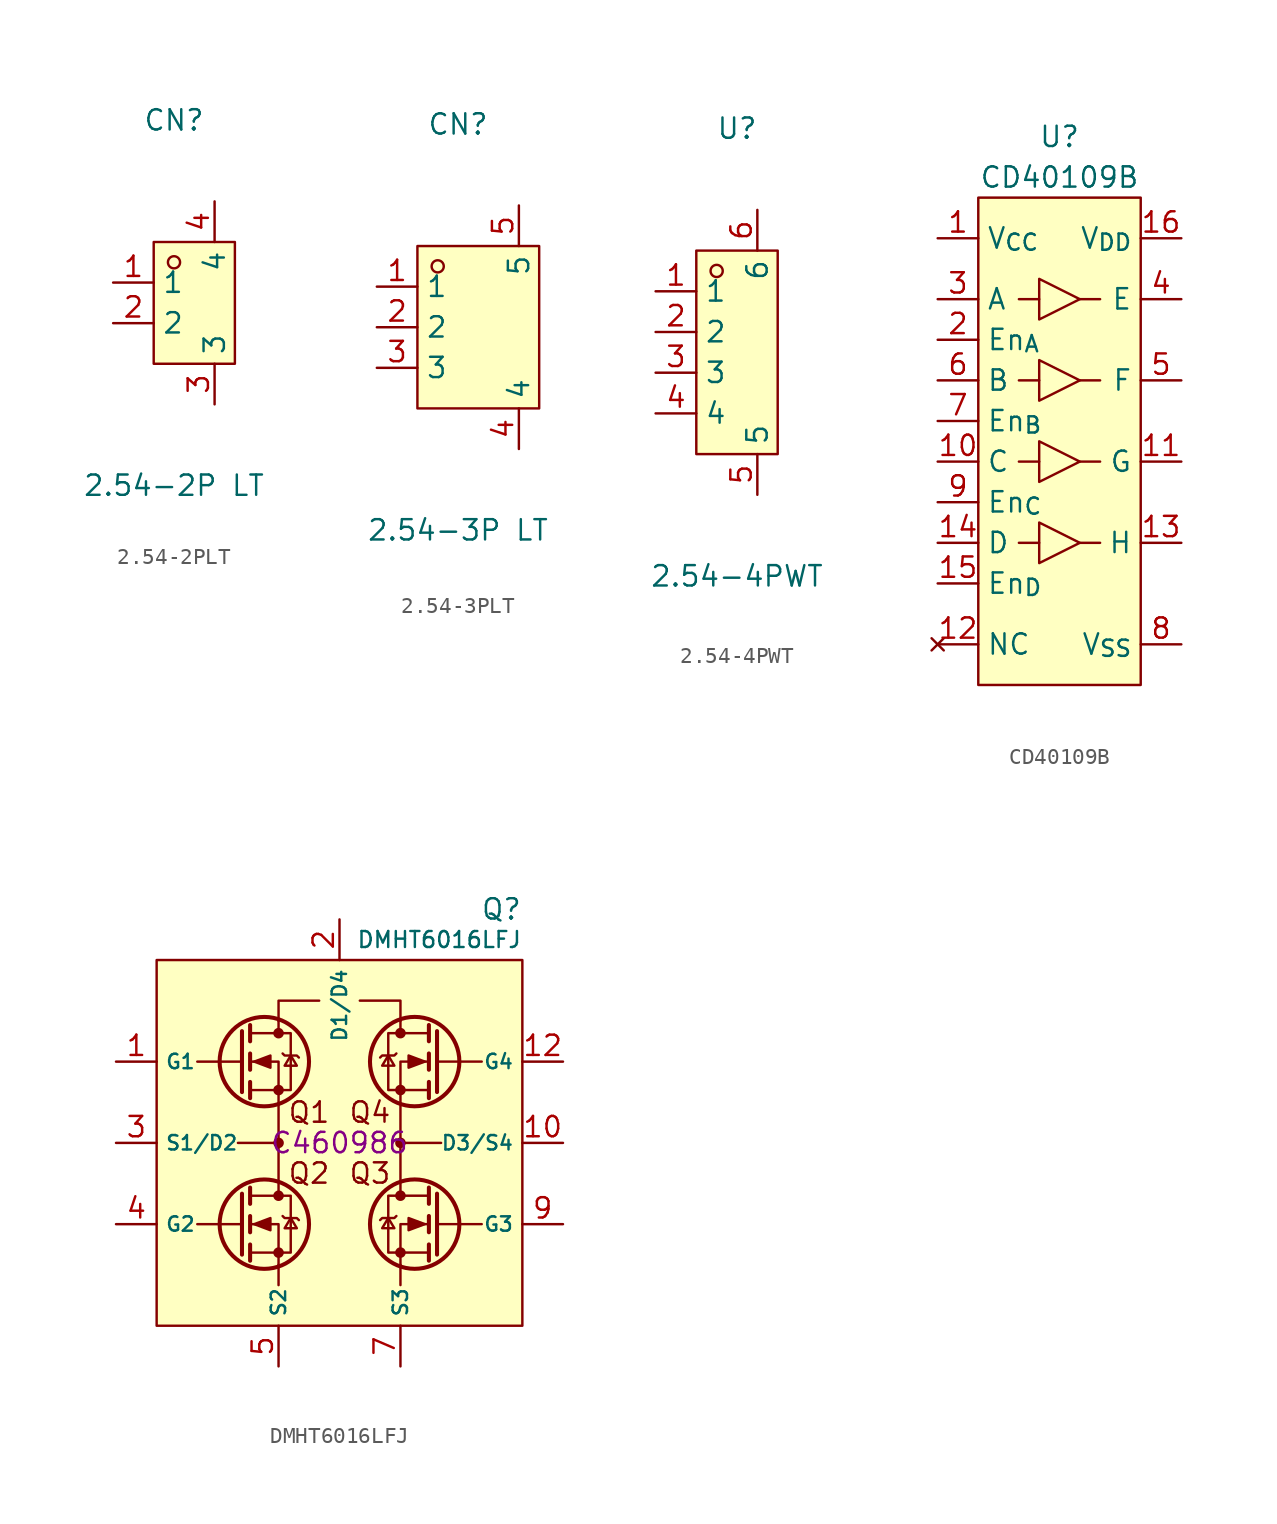
<source format=kicad_sym>
(kicad_symbol_lib
  (version 20220914)
  (generator https://github.com/uPesy/easyeda2kicad.py)
  (symbol "2.54-2PLT"
    (property "Reference" "CN"
      (at 0 11.43 0)
      (effects (font (size 1.27 1.27))))
    (property "Value" "2.54-2P LT"
      (at 0 -11.43 0)
      (effects (font (size 1.27 1.27))))
    (symbol "2.54-2PLT_0_1"
      (rectangle (start -1.27 3.81) (end 3.81 -3.81) (stroke (width 0) (type default) (color 0 0 0 0)) (fill (type background)))
      (circle (center 0.00 2.54) (radius 0.38) (stroke (width 0) (type default) (color 0 0 0 0)) (fill (type none)))
      (pin unspecified line (at -3.81 1.27 0) (length 2.54) (name "1" (effects (font (size 1.27 1.27)))) (number "1" (effects (font (size 1.27 1.27)))))
      (pin unspecified line (at -3.81 -1.27 0) (length 2.54) (name "2" (effects (font (size 1.27 1.27)))) (number "2" (effects (font (size 1.27 1.27)))))
      (pin unspecified line (at 2.54 -6.35 90) (length 2.54) (name "3" (effects (font (size 1.27 1.27)))) (number "3" (effects (font (size 1.27 1.27)))))
      (pin unspecified line (at 2.54 6.35 270) (length 2.54) (name "4" (effects (font (size 1.27 1.27)))) (number "4" (effects (font (size 1.27 1.27)))))))
  (symbol "2.54-3PLT"
    (property "Reference" "CN"
      (at 0 12.70 0)
      (effects (font (size 1.27 1.27))))
    (property "Value" "2.54-3P LT"
      (at 0 -12.70 0)
      (effects (font (size 1.27 1.27))))
    (symbol "2.54-3PLT_0_1"
      (rectangle (start -2.54 5.08) (end 5.08 -5.08) (stroke (width 0) (type default) (color 0 0 0 0)) (fill (type background)))
      (circle (center -1.27 3.81) (radius 0.38) (stroke (width 0) (type default) (color 0 0 0 0)) (fill (type none)))
      (pin unspecified line (at -5.08 2.54 0) (length 2.54) (name "1" (effects (font (size 1.27 1.27)))) (number "1" (effects (font (size 1.27 1.27)))))
      (pin unspecified line (at -5.08 -0.00 0) (length 2.54) (name "2" (effects (font (size 1.27 1.27)))) (number "2" (effects (font (size 1.27 1.27)))))
      (pin unspecified line (at -5.08 -2.54 0) (length 2.54) (name "3" (effects (font (size 1.27 1.27)))) (number "3" (effects (font (size 1.27 1.27)))))
      (pin unspecified line (at 3.81 -7.62 90) (length 2.54) (name "4" (effects (font (size 1.27 1.27)))) (number "4" (effects (font (size 1.27 1.27)))))
      (pin unspecified line (at 3.81 7.62 270) (length 2.54) (name "5" (effects (font (size 1.27 1.27)))) (number "5" (effects (font (size 1.27 1.27)))))))
  (symbol "2.54-4PWT"
    (property "Reference" "U"
      (at 0 13.97 0)
      (effects (font (size 1.27 1.27))))
    (property "Value" "2.54-4PWT"
      (at 0 -13.97 0)
      (effects (font (size 1.27 1.27))))
    (symbol "2.54-4PWT_0_1"
      (rectangle (start -2.54 6.35) (end 2.54 -6.35) (stroke (width 0) (type default) (color 0 0 0 0)) (fill (type background)))
      (circle (center -1.27 5.08) (radius 0.38) (stroke (width 0) (type default) (color 0 0 0 0)) (fill (type none)))
      (pin unspecified line (at -5.08 3.81 0) (length 2.54) (name "1" (effects (font (size 1.27 1.27)))) (number "1" (effects (font (size 1.27 1.27)))))
      (pin unspecified line (at -5.08 1.27 0) (length 2.54) (name "2" (effects (font (size 1.27 1.27)))) (number "2" (effects (font (size 1.27 1.27)))))
      (pin unspecified line (at -5.08 -1.27 0) (length 2.54) (name "3" (effects (font (size 1.27 1.27)))) (number "3" (effects (font (size 1.27 1.27)))))
      (pin unspecified line (at -5.08 -3.81 0) (length 2.54) (name "4" (effects (font (size 1.27 1.27)))) (number "4" (effects (font (size 1.27 1.27)))))
      (pin unspecified line (at 1.27 -8.89 90) (length 2.54) (name "5" (effects (font (size 1.27 1.27)))) (number "5" (effects (font (size 1.27 1.27)))))
      (pin unspecified line (at 1.27 8.89 270) (length 2.54) (name "6" (effects (font (size 1.27 1.27)))) (number "6" (effects (font (size 1.27 1.27)))))))
  (symbol "CD40109B"
    (property "Reference" "U"
      (at 0 19.05 0)
      (effects (font (size 1.27 1.27))))
    (property "Value" "CD40109B"
      (at 0 16.51 0)
      (effects (font (size 1.27 1.27))))
    (symbol "CD40109B_0_0"
      (pin unspecified line (at -7.62 12.7 0) (length 2.54) (name "V_{CC}" (effects (font (size 1.27 1.27)))) (number "1" (effects (font (size 1.27 1.27)))))
      (pin unspecified line (at -7.62 -1.27 0) (length 2.54) (name "C" (effects (font (size 1.27 1.27)))) (number "10" (effects (font (size 1.27 1.27)))))
      (pin unspecified line (at 7.62 -1.27 180) (length 2.54) (name "G" (effects (font (size 1.27 1.27)))) (number "11" (effects (font (size 1.27 1.27)))))
      (pin no_connect line (at -7.62 -12.7 0) (length 2.54) (name "NC" (effects (font (size 1.27 1.27)))) (number "12" (effects (font (size 1.27 1.27)))))
      (pin unspecified line (at 7.62 -6.35 180) (length 2.54) (name "H" (effects (font (size 1.27 1.27)))) (number "13" (effects (font (size 1.27 1.27)))))
      (pin unspecified line (at -7.62 -6.35 0) (length 2.54) (name "D" (effects (font (size 1.27 1.27)))) (number "14" (effects (font (size 1.27 1.27)))))
      (pin unspecified line (at 7.62 12.7 180) (length 2.54) (name "V_{DD}" (effects (font (size 1.27 1.27)))) (number "16" (effects (font (size 1.27 1.27)))))
      (pin unspecified line (at -7.62 8.89 0) (length 2.54) (name "A" (effects (font (size 1.27 1.27)))) (number "3" (effects (font (size 1.27 1.27)))))
      (pin unspecified line (at 7.62 8.89 180) (length 2.54) (name "E" (effects (font (size 1.27 1.27)))) (number "4" (effects (font (size 1.27 1.27)))))
      (pin unspecified line (at 7.62 3.81 180) (length 2.54) (name "F" (effects (font (size 1.27 1.27)))) (number "5" (effects (font (size 1.27 1.27)))))
      (pin unspecified line (at -7.62 3.81 0) (length 2.54) (name "B" (effects (font (size 1.27 1.27)))) (number "6" (effects (font (size 1.27 1.27)))))
      (pin unspecified line (at 7.62 -12.7 180) (length 2.54) (name "V_{SS}" (effects (font (size 1.27 1.27)))) (number "8" (effects (font (size 1.27 1.27))))))
    (symbol "CD40109B_0_1"
      (polyline (pts (xy -1.27 -6.35) (xy -2.54 -6.35)) (stroke (width 0) (type default)) (fill (type none)))
      (polyline (pts (xy -1.27 -1.27) (xy -2.54 -1.27)) (stroke (width 0) (type default)) (fill (type none)))
      (polyline (pts (xy -1.27 3.81) (xy -2.54 3.81)) (stroke (width 0) (type default)) (fill (type none)))
      (polyline (pts (xy -1.27 8.89) (xy -2.54 8.89)) (stroke (width 0) (type default)) (fill (type none)))
      (polyline (pts (xy 1.27 -6.35) (xy 2.54 -6.35)) (stroke (width 0) (type default)) (fill (type none)))
      (polyline (pts (xy 1.27 -1.27) (xy 2.54 -1.27)) (stroke (width 0) (type default)) (fill (type none)))
      (polyline (pts (xy 1.27 3.81) (xy 2.54 3.81)) (stroke (width 0) (type default)) (fill (type none)))
      (polyline (pts (xy 1.27 8.89) (xy 2.54 8.89)) (stroke (width 0) (type default)) (fill (type none)))
      (polyline (pts (xy -1.27 -5.08) (xy 1.27 -6.35) (xy -1.27 -7.62) (xy -1.27 -5.08)) (stroke (width 0) (type default)) (fill (type none)))
      (polyline (pts (xy -1.27 0) (xy 1.27 -1.27) (xy -1.27 -2.54) (xy -1.27 0)) (stroke (width 0) (type default)) (fill (type none)))
      (polyline (pts (xy -1.27 5.08) (xy 1.27 3.81) (xy -1.27 2.54) (xy -1.27 5.08)) (stroke (width 0) (type default)) (fill (type none)))
      (polyline (pts (xy -1.27 10.16) (xy 1.27 8.89) (xy -1.27 7.62) (xy -1.27 10.16)) (stroke (width 0) (type default)) (fill (type none))))
    (symbol "CD40109B_1_0"
      (pin unspecified line (at -7.62 -8.89 0) (length 2.54) (name "En_{D}" (effects (font (size 1.27 1.27)))) (number "15" (effects (font (size 1.27 1.27)))))
      (pin unspecified line (at -7.62 6.35 0) (length 2.54) (name "En_{A}" (effects (font (size 1.27 1.27)))) (number "2" (effects (font (size 1.27 1.27)))))
      (pin unspecified line (at -7.62 1.27 0) (length 2.54) (name "En_{B}" (effects (font (size 1.27 1.27)))) (number "7" (effects (font (size 1.27 1.27)))))
      (pin unspecified line (at -7.62 -3.81 0) (length 2.54) (name "En_{C}" (effects (font (size 1.27 1.27)))) (number "9" (effects (font (size 1.27 1.27))))))
    (symbol "CD40109B_1_1"
      (rectangle (start -5.08 15.24) (end 5.08 -15.24) (stroke (width 0) (type default)) (fill (type background)))))
  (symbol "DMHT6016LFJ"
    (property "Reference" "Q"
      (at 11.43 14.605 0)
      (effects (font (size 1.27 1.27)) (justify right)))
    (property "Value" "DMHT6016LFJ"
      (at 11.43 12.7 0)
      (effects (font (size 1 1)) (justify right)))
    (property "LCSC" "C460986"
      (at 0 0 0)
      (effects (font (size 1.27 1.27))))
    (symbol "DMHT6016LFJ_0_0"
      (rectangle (start -11.43 11.43) (end 11.43 -11.43) (stroke (width 0) (type default)) (fill (type background)))
      (polyline (pts (xy -3.81 -7.62) (xy -3.81 -8.89)) (stroke (width 0) (type default)) (fill (type none)))
      (polyline (pts (xy -3.81 0) (xy -6.35 0)) (stroke (width 0) (type default)) (fill (type none)))
      (polyline (pts (xy 3.81 -7.618) (xy 3.81 -8.888)) (stroke (width 0) (type default)) (fill (type none)))
      (polyline (pts (xy 3.81 0) (xy 6.35 0)) (stroke (width 0) (type default)) (fill (type none)))
      (text "Q1" (at -1.905 1.905 0) (effects (font (size 1.27 1.27))))
      (text "Q2" (at -1.905 -1.905 0) (effects (font (size 1.27 1.27))))
      (text "Q3" (at 1.905 -1.903 0) (effects (font (size 1.27 1.27))))
      (text "Q4" (at 1.905 1.907 0) (effects (font (size 1.27 1.27)))))
    (symbol "DMHT6016LFJ_0_1"
      (circle (center -4.699 -5.08) (radius 2.794) (stroke (width 0.254) (type default)) (fill (type none)))
      (circle (center -4.699 5.08) (radius 2.794) (stroke (width 0.254) (type default)) (fill (type none)))
      (circle (center -3.81 -6.858) (radius 0.254) (stroke (width 0) (type default)) (fill (type outline)))
      (circle (center -3.81 -3.302) (radius 0.254) (stroke (width 0) (type default)) (fill (type outline)))
      (circle (center -3.81 0) (radius 0.254) (stroke (width 0) (type default)) (fill (type outline)))
      (circle (center -3.81 3.302) (radius 0.254) (stroke (width 0) (type default)) (fill (type outline)))
      (circle (center -3.81 6.858) (radius 0.254) (stroke (width 0) (type default)) (fill (type outline)))
      (polyline (pts (xy -6.096 -5.08) (xy -8.89 -5.08)) (stroke (width 0) (type default)) (fill (type none)))
      (polyline (pts (xy -6.096 -3.175) (xy -6.096 -6.985)) (stroke (width 0.254) (type default)) (fill (type none)))
      (polyline (pts (xy -6.096 5.08) (xy -8.89 5.08)) (stroke (width 0) (type default)) (fill (type none)))
      (polyline (pts (xy -6.096 6.985) (xy -6.096 3.175)) (stroke (width 0.254) (type default)) (fill (type none)))
      (polyline (pts (xy -5.588 -6.35) (xy -5.588 -7.366)) (stroke (width 0.254) (type default)) (fill (type none)))
      (polyline (pts (xy -5.588 -4.572) (xy -5.588 -5.588)) (stroke (width 0.254) (type default)) (fill (type none)))
      (polyline (pts (xy -5.588 -2.794) (xy -5.588 -3.81)) (stroke (width 0.254) (type default)) (fill (type none)))
      (polyline (pts (xy -5.588 3.81) (xy -5.588 2.794)) (stroke (width 0.254) (type default)) (fill (type none)))
      (polyline (pts (xy -5.588 5.588) (xy -5.588 4.572)) (stroke (width 0.254) (type default)) (fill (type none)))
      (polyline (pts (xy -5.588 7.366) (xy -5.588 6.35)) (stroke (width 0.254) (type default)) (fill (type none)))
      (polyline (pts (xy -3.81 7.62) (xy -3.81 6.858)) (stroke (width 0) (type default)) (fill (type none)))
      (polyline (pts (xy 3.81 7.622) (xy 3.81 6.86)) (stroke (width 0) (type default)) (fill (type none)))
      (polyline (pts (xy 5.588 -6.348) (xy 5.588 -7.364)) (stroke (width 0.254) (type default)) (fill (type none)))
      (polyline (pts (xy 5.588 -4.57) (xy 5.588 -5.586)) (stroke (width 0.254) (type default)) (fill (type none)))
      (polyline (pts (xy 5.588 -2.792) (xy 5.588 -3.808)) (stroke (width 0.254) (type default)) (fill (type none)))
      (polyline (pts (xy 5.588 3.812) (xy 5.588 2.796)) (stroke (width 0.254) (type default)) (fill (type none)))
      (polyline (pts (xy 5.588 5.59) (xy 5.588 4.574)) (stroke (width 0.254) (type default)) (fill (type none)))
      (polyline (pts (xy 5.588 7.368) (xy 5.588 6.352)) (stroke (width 0.254) (type default)) (fill (type none)))
      (polyline (pts (xy 6.096 -5.078) (xy 8.89 -5.078)) (stroke (width 0) (type default)) (fill (type none)))
      (polyline (pts (xy 6.096 -3.173) (xy 6.096 -6.983)) (stroke (width 0.254) (type default)) (fill (type none)))
      (polyline (pts (xy 6.096 5.082) (xy 8.89 5.082)) (stroke (width 0) (type default)) (fill (type none)))
      (polyline (pts (xy 6.096 6.987) (xy 6.096 3.177)) (stroke (width 0.254) (type default)) (fill (type none)))
      (polyline (pts (xy -3.81 -7.62) (xy -3.81 -5.08) (xy -5.588 -5.08)) (stroke (width 0) (type default)) (fill (type none)))
      (polyline (pts (xy -3.81 -3.302) (xy -3.81 5.08) (xy -5.588 5.08)) (stroke (width 0) (type default)) (fill (type none)))
      (polyline (pts (xy -3.81 7.62) (xy -3.81 8.89) (xy -1.27 8.89)) (stroke (width 0) (type default)) (fill (type none)))
      (polyline (pts (xy 3.81 -7.618) (xy 3.81 -5.078) (xy 5.588 -5.078)) (stroke (width 0) (type default)) (fill (type none)))
      (polyline (pts (xy 3.81 -3.3) (xy 3.81 5.082) (xy 5.588 5.082)) (stroke (width 0) (type default)) (fill (type none)))
      (polyline (pts (xy 3.81 7.622) (xy 3.81 8.892) (xy 1.27 8.892)) (stroke (width 0) (type default)) (fill (type none)))
      (polyline (pts (xy -5.588 -6.858) (xy -3.048 -6.858) (xy -3.048 -3.302) (xy -5.588 -3.302)) (stroke (width 0) (type default)) (fill (type none)))
      (polyline (pts (xy -5.588 3.302) (xy -3.048 3.302) (xy -3.048 6.858) (xy -5.588 6.858)) (stroke (width 0) (type default)) (fill (type none)))
      (polyline (pts (xy -5.334 -5.08) (xy -4.318 -4.699) (xy -4.318 -5.461) (xy -5.334 -5.08)) (stroke (width 0) (type default)) (fill (type outline)))
      (polyline (pts (xy -5.334 5.08) (xy -4.318 5.461) (xy -4.318 4.699) (xy -5.334 5.08)) (stroke (width 0) (type default)) (fill (type outline)))
      (polyline (pts (xy -3.556 -4.572) (xy -3.429 -4.699) (xy -2.667 -4.699) (xy -2.54 -4.826)) (stroke (width 0) (type default)) (fill (type none)))
      (polyline (pts (xy -3.556 5.588) (xy -3.429 5.461) (xy -2.667 5.461) (xy -2.54 5.334)) (stroke (width 0) (type default)) (fill (type none)))
      (polyline (pts (xy -3.048 -4.699) (xy -3.429 -5.334) (xy -2.667 -5.334) (xy -3.048 -4.699)) (stroke (width 0) (type default)) (fill (type none)))
      (polyline (pts (xy -3.048 5.461) (xy -3.429 4.826) (xy -2.667 4.826) (xy -3.048 5.461)) (stroke (width 0) (type default)) (fill (type none)))
      (polyline (pts (xy 3.048 -4.697) (xy 3.429 -5.332) (xy 2.667 -5.332) (xy 3.048 -4.697)) (stroke (width 0) (type default)) (fill (type none)))
      (polyline (pts (xy 3.048 5.463) (xy 3.429 4.828) (xy 2.667 4.828) (xy 3.048 5.463)) (stroke (width 0) (type default)) (fill (type none)))
      (polyline (pts (xy 3.556 -4.57) (xy 3.429 -4.697) (xy 2.667 -4.697) (xy 2.54 -4.824)) (stroke (width 0) (type default)) (fill (type none)))
      (polyline (pts (xy 3.556 5.59) (xy 3.429 5.463) (xy 2.667 5.463) (xy 2.54 5.336)) (stroke (width 0) (type default)) (fill (type none)))
      (polyline (pts (xy 5.334 -5.078) (xy 4.318 -4.697) (xy 4.318 -5.459) (xy 5.334 -5.078)) (stroke (width 0) (type default)) (fill (type outline)))
      (polyline (pts (xy 5.334 5.082) (xy 4.318 5.463) (xy 4.318 4.701) (xy 5.334 5.082)) (stroke (width 0) (type default)) (fill (type outline)))
      (polyline (pts (xy 5.588 -6.856) (xy 3.048 -6.856) (xy 3.048 -3.3) (xy 5.588 -3.3)) (stroke (width 0) (type default)) (fill (type none)))
      (polyline (pts (xy 5.588 3.304) (xy 3.048 3.304) (xy 3.048 6.86) (xy 5.588 6.86)) (stroke (width 0) (type default)) (fill (type none)))
      (circle (center 3.81 -6.856) (radius 0.254) (stroke (width 0) (type default)) (fill (type outline)))
      (circle (center 3.81 -3.3) (radius 0.254) (stroke (width 0) (type default)) (fill (type outline)))
      (circle (center 3.81 0.002) (radius 0.254) (stroke (width 0) (type default)) (fill (type outline)))
      (circle (center 3.81 3.304) (radius 0.254) (stroke (width 0) (type default)) (fill (type outline)))
      (circle (center 3.81 6.86) (radius 0.254) (stroke (width 0) (type default)) (fill (type outline)))
      (circle (center 4.699 -5.078) (radius 2.794) (stroke (width 0.254) (type default)) (fill (type none)))
      (circle (center 4.699 5.082) (radius 2.794) (stroke (width 0.254) (type default)) (fill (type none))))
    (symbol "DMHT6016LFJ_1_1"
      (pin passive line (at -13.97 5.08 0) (length 2.54) (name "G1" (effects (font (size 0.9 0.9)))) (number "1" (effects (font (size 1.27 1.27)))))
      (pin passive line (at 13.97 0 180) (length 2.54) (name "D3/S4" (effects (font (size 0.9 0.9)))) (number "10" (effects (font (size 1.27 1.27)))))
      (pin passive line (at 0 13.97 270) (length 2.54) hide (name "D1/D4" (effects (font (size 0.9 0.9)))) (number "11" (effects (font (size 1.27 1.27)))))
      (pin passive line (at 0 13.97 270) (length 2.54) hide (name "D1/D4" (effects (font (size 1.27 1.27)))) (number "11" (effects (font (size 1.27 1.27)))))
      (pin passive line (at 13.97 5.08 180) (length 2.54) (name "G4" (effects (font (size 0.9 0.9)))) (number "12" (effects (font (size 1.27 1.27)))))
      (pin passive line (at 0 13.97 270) (length 2.54) (name "D1/D4" (effects (font (size 0.9 0.9)))) (number "2" (effects (font (size 1.27 1.27)))))
      (pin passive line (at -13.97 0 0) (length 2.54) (name "S1/D2" (effects (font (size 0.9 0.9)))) (number "3" (effects (font (size 1.27 1.27)))))
      (pin passive line (at -13.97 -5.08 0) (length 2.54) (name "G2" (effects (font (size 0.9 0.9)))) (number "4" (effects (font (size 1.27 1.27)))))
      (pin passive line (at -3.81 -13.97 90) (length 2.54) (name "S2" (effects (font (size 0.9 0.9)))) (number "5" (effects (font (size 1.27 1.27)))))
      (pin passive line (at -3.81 -13.97 90) (length 2.54) hide (name "S2" (effects (font (size 0.9 0.9)))) (number "6" (effects (font (size 1.27 1.27)))))
      (pin passive line (at 3.81 -13.97 90) (length 2.54) (name "S3" (effects (font (size 0.9 0.9)))) (number "7" (effects (font (size 1.27 1.27)))))
      (pin passive line (at 3.81 -13.97 90) (length 2.54) hide (name "S3" (effects (font (size 0.9 0.9)))) (number "8" (effects (font (size 1.27 1.27)))))
      (pin passive line (at 13.97 -5.08 180) (length 2.54) (name "G3" (effects (font (size 0.9 0.9)))) (number "9" (effects (font (size 1.27 1.27)))))
      (pin passive line (at 0 13.97 270) (length 2.54) hide (name "D1/D4" (effects (font (size 0.9 0.9)))) (number "P1" (effects (font (size 1.27 1.27)))))
      (pin passive line (at -13.97 0 0) (length 2.54) hide (name "S1/D2" (effects (font (size 0.9 0.9)))) (number "P2" (effects (font (size 1.27 1.27)))))
      (pin passive line (at 13.97 0 180) (length 2.54) hide (name "D3/S4" (effects (font (size 0.9 0.9)))) (number "P3" (effects (font (size 1.27 1.27))))))))
</source>
